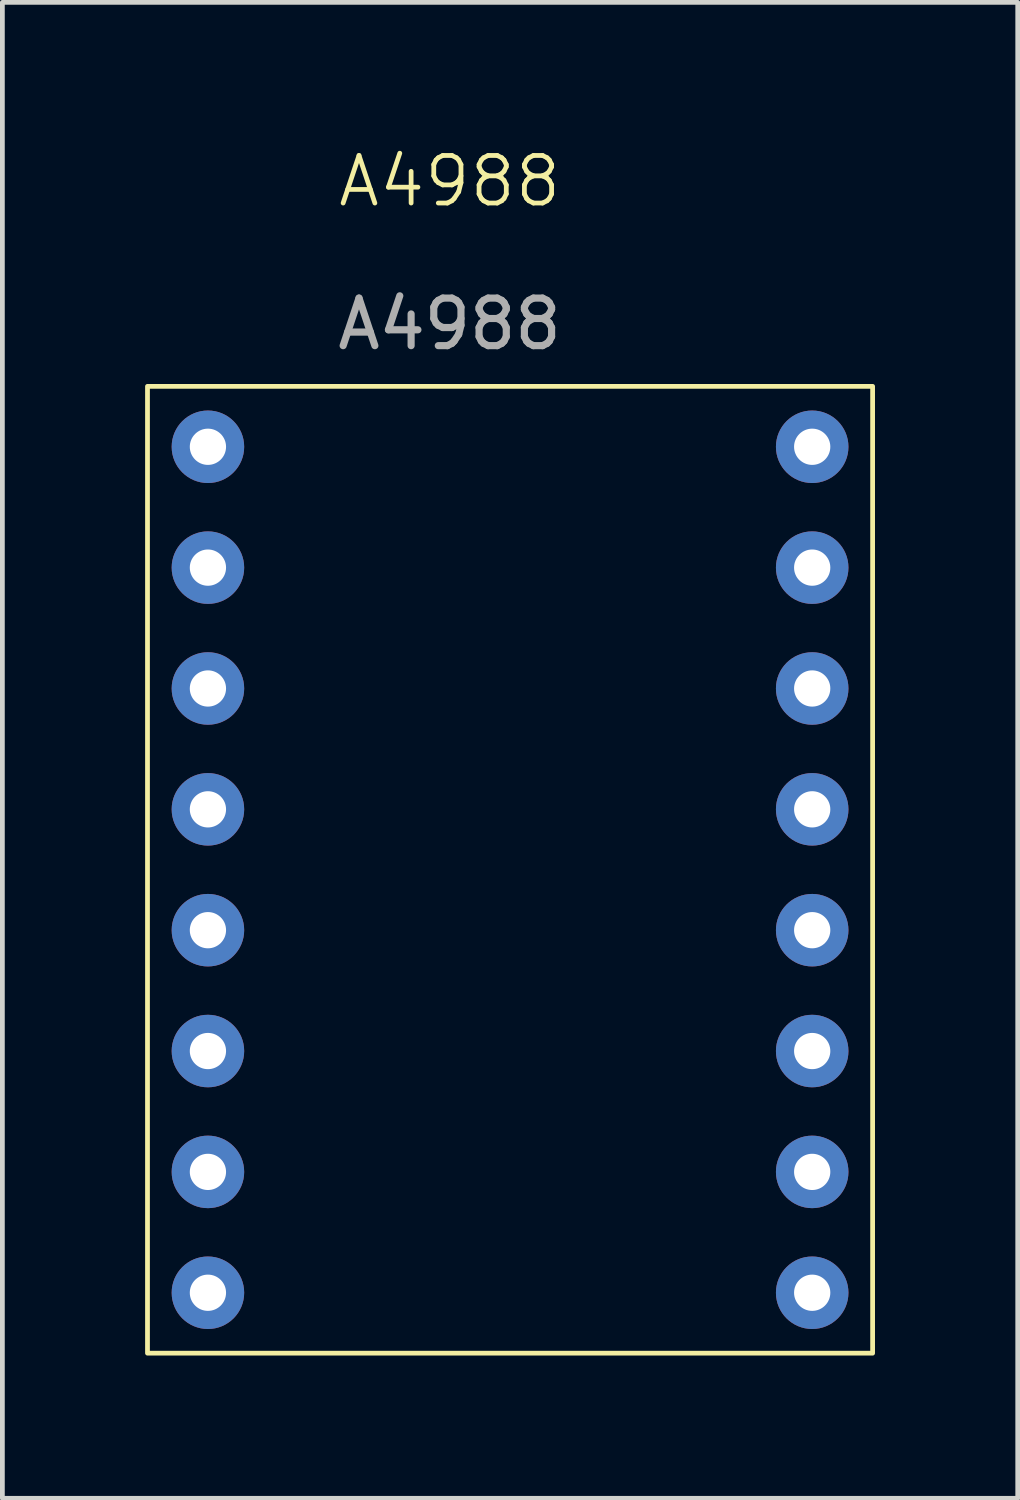
<source format=kicad_pcb>
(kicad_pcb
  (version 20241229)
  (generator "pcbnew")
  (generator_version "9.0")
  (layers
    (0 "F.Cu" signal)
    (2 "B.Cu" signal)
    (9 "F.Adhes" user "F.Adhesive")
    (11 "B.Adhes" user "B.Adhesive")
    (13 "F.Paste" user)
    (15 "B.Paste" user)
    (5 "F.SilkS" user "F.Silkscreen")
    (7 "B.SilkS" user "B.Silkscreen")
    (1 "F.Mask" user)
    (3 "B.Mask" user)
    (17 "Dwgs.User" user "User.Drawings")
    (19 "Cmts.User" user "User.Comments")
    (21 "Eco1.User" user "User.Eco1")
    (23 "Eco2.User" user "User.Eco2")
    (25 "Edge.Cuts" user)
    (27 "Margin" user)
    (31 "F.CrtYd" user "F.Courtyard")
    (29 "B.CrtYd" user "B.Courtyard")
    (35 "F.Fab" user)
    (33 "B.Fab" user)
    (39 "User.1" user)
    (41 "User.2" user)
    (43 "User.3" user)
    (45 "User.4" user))
  (footprint "A4988"
    (layer "F.Cu")
    (at 6.4 1.26)
    (property "Reference" "A4988" (at 0 -0.5 0) (unlocked yes) (layer "F.SilkS") (effects (font (size 1 1) (thickness 0.1))))
    (attr through_hole)
    (fp_rect (start -6.35 3.81) (end 8.89 24.13) (stroke (width 0.1) (type default)) (fill no) (layer "F.SilkS"))
    (fp_text user "${REFERENCE}" (at 0 2.5 0) (unlocked yes) (layer "F.Fab") (effects (font (size 1 1) (thickness 0.15))))
    (pad "1" thru_hole circle (at -5.08 5.08) (size 1.524 1.524) (drill 0.762) (layers "*.Cu" "*.Mask"))
    (pad "2" thru_hole circle (at -5.08 7.62) (size 1.524 1.524) (drill 0.762) (layers "*.Cu" "*.Mask"))
    (pad "3" thru_hole circle (at -5.08 10.16) (size 1.524 1.524) (drill 0.762) (layers "*.Cu" "*.Mask"))
    (pad "4" thru_hole circle (at -5.08 12.7) (size 1.524 1.524) (drill 0.762) (layers "*.Cu" "*.Mask"))
    (pad "5" thru_hole circle (at -5.08 15.24) (size 1.524 1.524) (drill 0.762) (layers "*.Cu" "*.Mask"))
    (pad "6" thru_hole circle (at -5.08 17.78) (size 1.524 1.524) (drill 0.762) (layers "*.Cu" "*.Mask"))
    (pad "7" thru_hole circle (at -5.08 20.32) (size 1.524 1.524) (drill 0.762) (layers "*.Cu" "*.Mask"))
    (pad "8" thru_hole circle (at -5.08 22.86) (size 1.524 1.524) (drill 0.762) (layers "*.Cu" "*.Mask"))
    (pad "9" thru_hole circle (at 7.62 22.86) (size 1.524 1.524) (drill 0.762) (layers "*.Cu" "*.Mask"))
    (pad "10" thru_hole circle (at 7.62 20.32) (size 1.524 1.524) (drill 0.762) (layers "*.Cu" "*.Mask"))
    (pad "11" thru_hole circle (at 7.62 17.78) (size 1.524 1.524) (drill 0.762) (layers "*.Cu" "*.Mask"))
    (pad "12" thru_hole circle (at 7.62 15.24) (size 1.524 1.524) (drill 0.762) (layers "*.Cu" "*.Mask"))
    (pad "13" thru_hole circle (at 7.62 12.7) (size 1.524 1.524) (drill 0.762) (layers "*.Cu" "*.Mask"))
    (pad "14" thru_hole circle (at 7.62 10.16) (size 1.524 1.524) (drill 0.762) (layers "*.Cu" "*.Mask"))
    (pad "15" thru_hole circle (at 7.62 7.62) (size 1.524 1.524) (drill 0.762) (layers "*.Cu" "*.Mask"))
    (pad "16" thru_hole circle (at 7.62 5.08) (size 1.524 1.524) (drill 0.762) (layers "*.Cu" "*.Mask")))
  (gr_rect
    (start -3 -3)
    (end 18.34 28.441)
    (stroke (width 0.1) (type default))
    (fill no)
    (layer "Edge.Cuts")))
</source>
